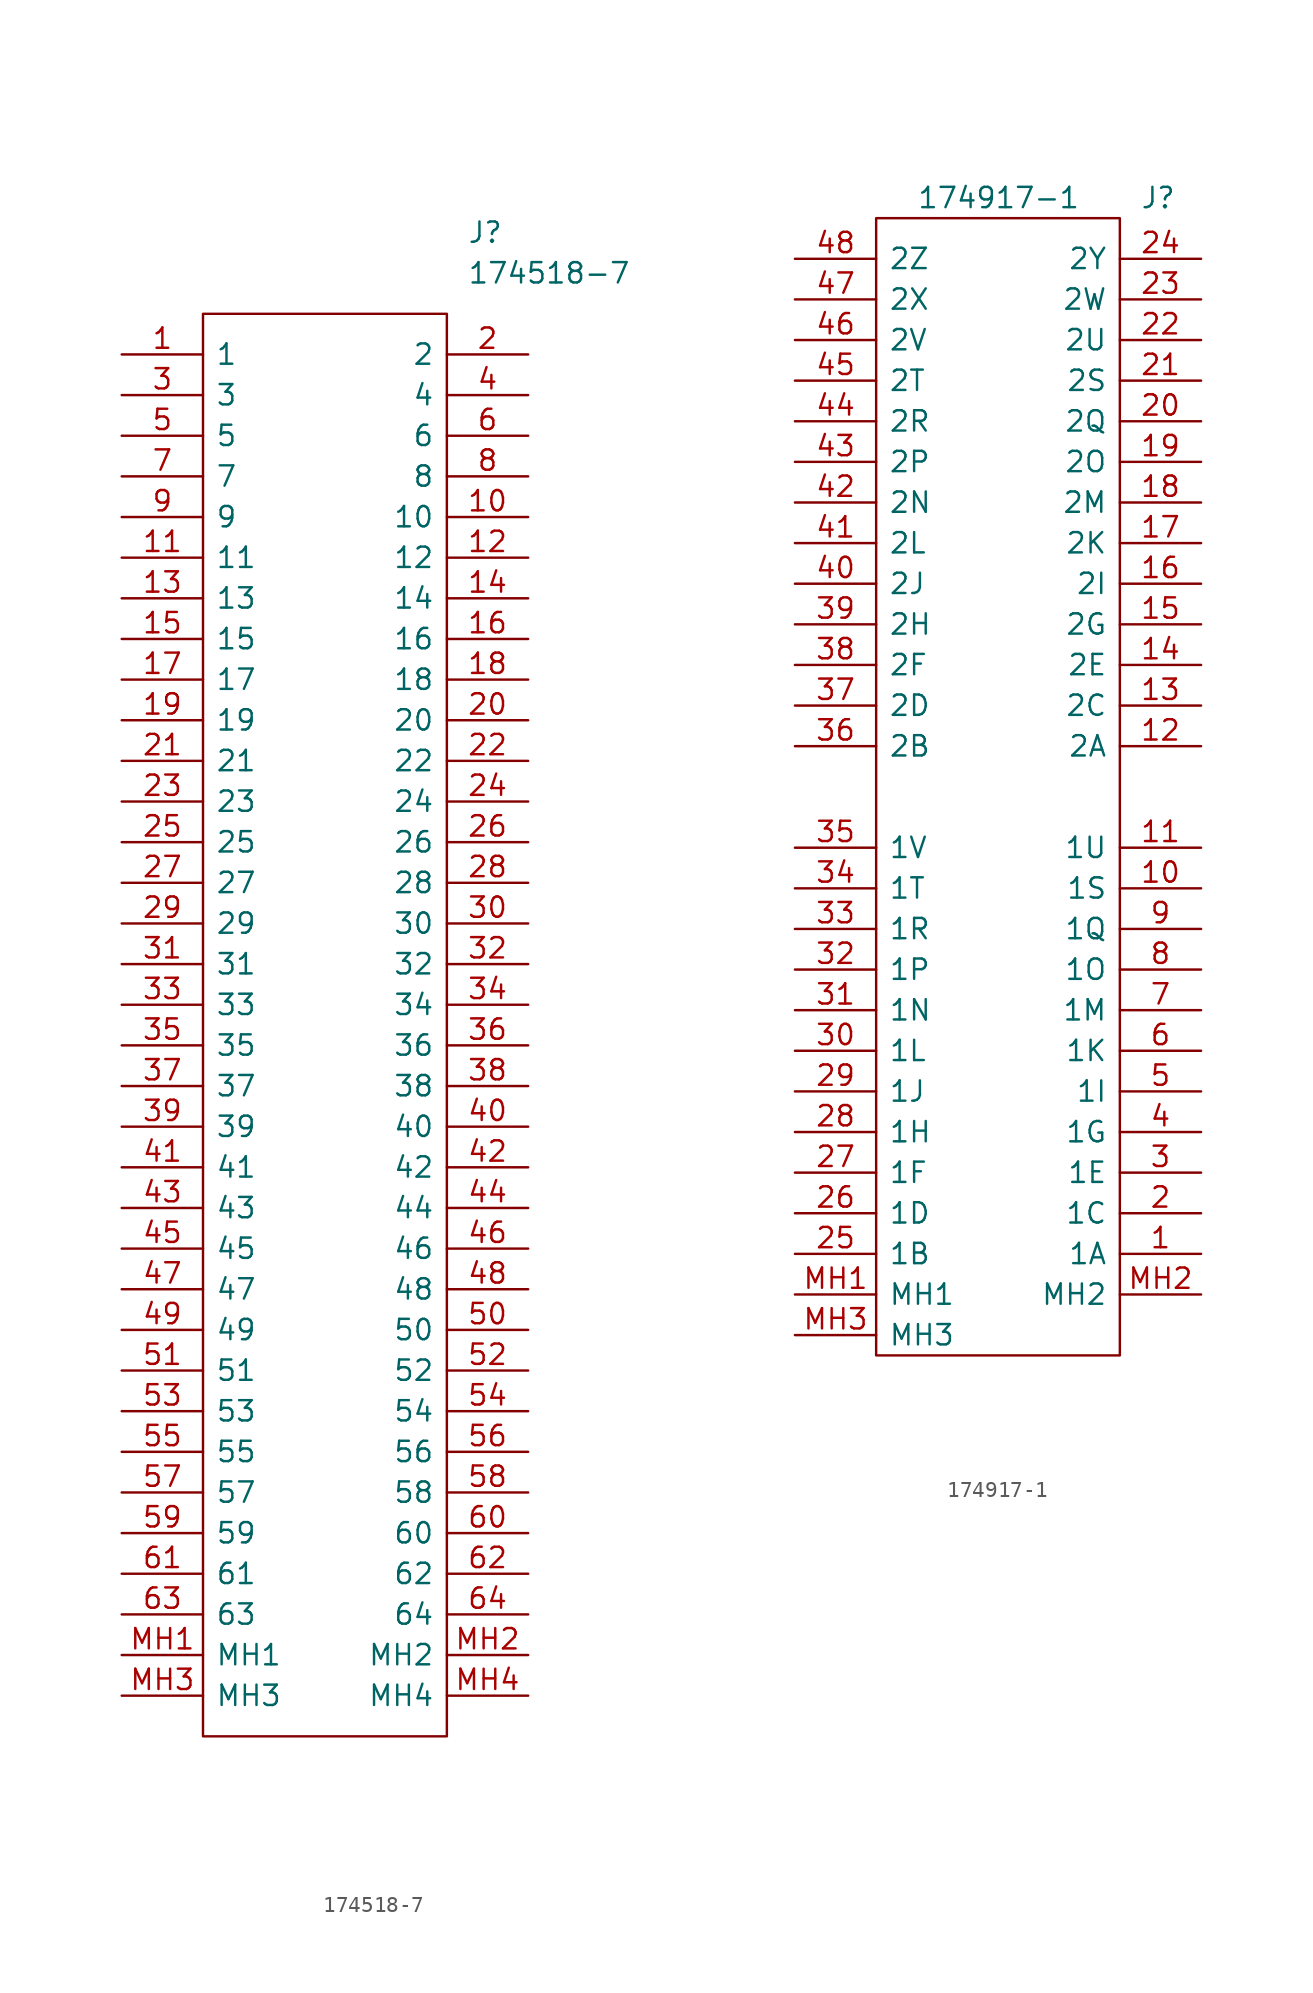
<source format=kicad_sym>
(kicad_symbol_lib
  (version 20241209)
  (generator "kicad_symbol_editor")
  (generator_version "9.0")
  (symbol "174518-7"
    (pin_names
      (offset 0.762))
    (property "Reference" "J"
      (at 21.59 7.62 0)
      (effects (font (size 1.27 1.27)) (justify left)))
    (property "Value" "174518-7"
      (at 21.59 5.08 0)
      (effects (font (size 1.27 1.27)) (justify left)))
    (symbol "174518-7_0_0"
      (pin bidirectional line (at 0 0 0) (length 5.08) (name "1" (effects (font (size 1.27 1.27)))) (number "1" (effects (font (size 1.27 1.27)))))
      (pin bidirectional line (at 0 -2.54 0) (length 5.08) (name "3" (effects (font (size 1.27 1.27)))) (number "3" (effects (font (size 1.27 1.27)))))
      (pin bidirectional line (at 0 -5.08 0) (length 5.08) (name "5" (effects (font (size 1.27 1.27)))) (number "5" (effects (font (size 1.27 1.27)))))
      (pin bidirectional line (at 0 -7.62 0) (length 5.08) (name "7" (effects (font (size 1.27 1.27)))) (number "7" (effects (font (size 1.27 1.27)))))
      (pin bidirectional line (at 0 -10.16 0) (length 5.08) (name "9" (effects (font (size 1.27 1.27)))) (number "9" (effects (font (size 1.27 1.27)))))
      (pin bidirectional line (at 0 -12.7 0) (length 5.08) (name "11" (effects (font (size 1.27 1.27)))) (number "11" (effects (font (size 1.27 1.27)))))
      (pin bidirectional line (at 0 -15.24 0) (length 5.08) (name "13" (effects (font (size 1.27 1.27)))) (number "13" (effects (font (size 1.27 1.27)))))
      (pin bidirectional line (at 0 -17.78 0) (length 5.08) (name "15" (effects (font (size 1.27 1.27)))) (number "15" (effects (font (size 1.27 1.27)))))
      (pin bidirectional line (at 0 -20.32 0) (length 5.08) (name "17" (effects (font (size 1.27 1.27)))) (number "17" (effects (font (size 1.27 1.27)))))
      (pin bidirectional line (at 0 -22.86 0) (length 5.08) (name "19" (effects (font (size 1.27 1.27)))) (number "19" (effects (font (size 1.27 1.27)))))
      (pin bidirectional line (at 0 -25.4 0) (length 5.08) (name "21" (effects (font (size 1.27 1.27)))) (number "21" (effects (font (size 1.27 1.27)))))
      (pin bidirectional line (at 0 -27.94 0) (length 5.08) (name "23" (effects (font (size 1.27 1.27)))) (number "23" (effects (font (size 1.27 1.27)))))
      (pin bidirectional line (at 0 -30.48 0) (length 5.08) (name "25" (effects (font (size 1.27 1.27)))) (number "25" (effects (font (size 1.27 1.27)))))
      (pin bidirectional line (at 0 -33.02 0) (length 5.08) (name "27" (effects (font (size 1.27 1.27)))) (number "27" (effects (font (size 1.27 1.27)))))
      (pin bidirectional line (at 0 -35.56 0) (length 5.08) (name "29" (effects (font (size 1.27 1.27)))) (number "29" (effects (font (size 1.27 1.27)))))
      (pin bidirectional line (at 0 -38.1 0) (length 5.08) (name "31" (effects (font (size 1.27 1.27)))) (number "31" (effects (font (size 1.27 1.27)))))
      (pin bidirectional line (at 0 -40.64 0) (length 5.08) (name "33" (effects (font (size 1.27 1.27)))) (number "33" (effects (font (size 1.27 1.27)))))
      (pin bidirectional line (at 0 -43.18 0) (length 5.08) (name "35" (effects (font (size 1.27 1.27)))) (number "35" (effects (font (size 1.27 1.27)))))
      (pin bidirectional line (at 0 -45.72 0) (length 5.08) (name "37" (effects (font (size 1.27 1.27)))) (number "37" (effects (font (size 1.27 1.27)))))
      (pin bidirectional line (at 0 -48.26 0) (length 5.08) (name "39" (effects (font (size 1.27 1.27)))) (number "39" (effects (font (size 1.27 1.27)))))
      (pin bidirectional line (at 0 -50.8 0) (length 5.08) (name "41" (effects (font (size 1.27 1.27)))) (number "41" (effects (font (size 1.27 1.27)))))
      (pin bidirectional line (at 0 -53.34 0) (length 5.08) (name "43" (effects (font (size 1.27 1.27)))) (number "43" (effects (font (size 1.27 1.27)))))
      (pin bidirectional line (at 0 -55.88 0) (length 5.08) (name "45" (effects (font (size 1.27 1.27)))) (number "45" (effects (font (size 1.27 1.27)))))
      (pin bidirectional line (at 0 -58.42 0) (length 5.08) (name "47" (effects (font (size 1.27 1.27)))) (number "47" (effects (font (size 1.27 1.27)))))
      (pin bidirectional line (at 0 -60.96 0) (length 5.08) (name "49" (effects (font (size 1.27 1.27)))) (number "49" (effects (font (size 1.27 1.27)))))
      (pin bidirectional line (at 0 -63.5 0) (length 5.08) (name "51" (effects (font (size 1.27 1.27)))) (number "51" (effects (font (size 1.27 1.27)))))
      (pin bidirectional line (at 0 -66.04 0) (length 5.08) (name "53" (effects (font (size 1.27 1.27)))) (number "53" (effects (font (size 1.27 1.27)))))
      (pin bidirectional line (at 0 -68.58 0) (length 5.08) (name "55" (effects (font (size 1.27 1.27)))) (number "55" (effects (font (size 1.27 1.27)))))
      (pin bidirectional line (at 0 -71.12 0) (length 5.08) (name "57" (effects (font (size 1.27 1.27)))) (number "57" (effects (font (size 1.27 1.27)))))
      (pin bidirectional line (at 0 -73.66 0) (length 5.08) (name "59" (effects (font (size 1.27 1.27)))) (number "59" (effects (font (size 1.27 1.27)))))
      (pin bidirectional line (at 0 -76.2 0) (length 5.08) (name "61" (effects (font (size 1.27 1.27)))) (number "61" (effects (font (size 1.27 1.27)))))
      (pin bidirectional line (at 0 -78.74 0) (length 5.08) (name "63" (effects (font (size 1.27 1.27)))) (number "63" (effects (font (size 1.27 1.27)))))
      (pin bidirectional line (at 0 -81.28 0) (length 5.08) (name "MH1" (effects (font (size 1.27 1.27)))) (number "MH1" (effects (font (size 1.27 1.27)))))
      (pin bidirectional line (at 0 -83.82 0) (length 5.08) (name "MH3" (effects (font (size 1.27 1.27)))) (number "MH3" (effects (font (size 1.27 1.27)))))
      (pin bidirectional line (at 25.4 0 180) (length 5.08) (name "2" (effects (font (size 1.27 1.27)))) (number "2" (effects (font (size 1.27 1.27)))))
      (pin bidirectional line (at 25.4 -2.54 180) (length 5.08) (name "4" (effects (font (size 1.27 1.27)))) (number "4" (effects (font (size 1.27 1.27)))))
      (pin bidirectional line (at 25.4 -5.08 180) (length 5.08) (name "6" (effects (font (size 1.27 1.27)))) (number "6" (effects (font (size 1.27 1.27)))))
      (pin bidirectional line (at 25.4 -7.62 180) (length 5.08) (name "8" (effects (font (size 1.27 1.27)))) (number "8" (effects (font (size 1.27 1.27)))))
      (pin bidirectional line (at 25.4 -10.16 180) (length 5.08) (name "10" (effects (font (size 1.27 1.27)))) (number "10" (effects (font (size 1.27 1.27)))))
      (pin bidirectional line (at 25.4 -12.7 180) (length 5.08) (name "12" (effects (font (size 1.27 1.27)))) (number "12" (effects (font (size 1.27 1.27)))))
      (pin bidirectional line (at 25.4 -15.24 180) (length 5.08) (name "14" (effects (font (size 1.27 1.27)))) (number "14" (effects (font (size 1.27 1.27)))))
      (pin bidirectional line (at 25.4 -17.78 180) (length 5.08) (name "16" (effects (font (size 1.27 1.27)))) (number "16" (effects (font (size 1.27 1.27)))))
      (pin bidirectional line (at 25.4 -20.32 180) (length 5.08) (name "18" (effects (font (size 1.27 1.27)))) (number "18" (effects (font (size 1.27 1.27)))))
      (pin bidirectional line (at 25.4 -22.86 180) (length 5.08) (name "20" (effects (font (size 1.27 1.27)))) (number "20" (effects (font (size 1.27 1.27)))))
      (pin bidirectional line (at 25.4 -25.4 180) (length 5.08) (name "22" (effects (font (size 1.27 1.27)))) (number "22" (effects (font (size 1.27 1.27)))))
      (pin bidirectional line (at 25.4 -27.94 180) (length 5.08) (name "24" (effects (font (size 1.27 1.27)))) (number "24" (effects (font (size 1.27 1.27)))))
      (pin bidirectional line (at 25.4 -30.48 180) (length 5.08) (name "26" (effects (font (size 1.27 1.27)))) (number "26" (effects (font (size 1.27 1.27)))))
      (pin bidirectional line (at 25.4 -33.02 180) (length 5.08) (name "28" (effects (font (size 1.27 1.27)))) (number "28" (effects (font (size 1.27 1.27)))))
      (pin bidirectional line (at 25.4 -35.56 180) (length 5.08) (name "30" (effects (font (size 1.27 1.27)))) (number "30" (effects (font (size 1.27 1.27)))))
      (pin bidirectional line (at 25.4 -38.1 180) (length 5.08) (name "32" (effects (font (size 1.27 1.27)))) (number "32" (effects (font (size 1.27 1.27)))))
      (pin bidirectional line (at 25.4 -40.64 180) (length 5.08) (name "34" (effects (font (size 1.27 1.27)))) (number "34" (effects (font (size 1.27 1.27)))))
      (pin bidirectional line (at 25.4 -43.18 180) (length 5.08) (name "36" (effects (font (size 1.27 1.27)))) (number "36" (effects (font (size 1.27 1.27)))))
      (pin bidirectional line (at 25.4 -45.72 180) (length 5.08) (name "38" (effects (font (size 1.27 1.27)))) (number "38" (effects (font (size 1.27 1.27)))))
      (pin bidirectional line (at 25.4 -48.26 180) (length 5.08) (name "40" (effects (font (size 1.27 1.27)))) (number "40" (effects (font (size 1.27 1.27)))))
      (pin bidirectional line (at 25.4 -50.8 180) (length 5.08) (name "42" (effects (font (size 1.27 1.27)))) (number "42" (effects (font (size 1.27 1.27)))))
      (pin bidirectional line (at 25.4 -53.34 180) (length 5.08) (name "44" (effects (font (size 1.27 1.27)))) (number "44" (effects (font (size 1.27 1.27)))))
      (pin bidirectional line (at 25.4 -55.88 180) (length 5.08) (name "46" (effects (font (size 1.27 1.27)))) (number "46" (effects (font (size 1.27 1.27)))))
      (pin bidirectional line (at 25.4 -58.42 180) (length 5.08) (name "48" (effects (font (size 1.27 1.27)))) (number "48" (effects (font (size 1.27 1.27)))))
      (pin bidirectional line (at 25.4 -60.96 180) (length 5.08) (name "50" (effects (font (size 1.27 1.27)))) (number "50" (effects (font (size 1.27 1.27)))))
      (pin bidirectional line (at 25.4 -63.5 180) (length 5.08) (name "52" (effects (font (size 1.27 1.27)))) (number "52" (effects (font (size 1.27 1.27)))))
      (pin bidirectional line (at 25.4 -66.04 180) (length 5.08) (name "54" (effects (font (size 1.27 1.27)))) (number "54" (effects (font (size 1.27 1.27)))))
      (pin bidirectional line (at 25.4 -68.58 180) (length 5.08) (name "56" (effects (font (size 1.27 1.27)))) (number "56" (effects (font (size 1.27 1.27)))))
      (pin bidirectional line (at 25.4 -71.12 180) (length 5.08) (name "58" (effects (font (size 1.27 1.27)))) (number "58" (effects (font (size 1.27 1.27)))))
      (pin bidirectional line (at 25.4 -73.66 180) (length 5.08) (name "60" (effects (font (size 1.27 1.27)))) (number "60" (effects (font (size 1.27 1.27)))))
      (pin bidirectional line (at 25.4 -76.2 180) (length 5.08) (name "62" (effects (font (size 1.27 1.27)))) (number "62" (effects (font (size 1.27 1.27)))))
      (pin bidirectional line (at 25.4 -78.74 180) (length 5.08) (name "64" (effects (font (size 1.27 1.27)))) (number "64" (effects (font (size 1.27 1.27)))))
      (pin bidirectional line (at 25.4 -81.28 180) (length 5.08) (name "MH2" (effects (font (size 1.27 1.27)))) (number "MH2" (effects (font (size 1.27 1.27)))))
      (pin bidirectional line (at 25.4 -83.82 180) (length 5.08) (name "MH4" (effects (font (size 1.27 1.27)))) (number "MH4" (effects (font (size 1.27 1.27))))))
    (symbol "174518-7_0_1"
      (polyline (pts (xy 5.08 2.54) (xy 20.32 2.54) (xy 20.32 -86.36) (xy 5.08 -86.36) (xy 5.08 2.54)) (stroke (width 0.152) (type solid)) (fill (type none)))))
  (symbol "174917-1"
    (pin_names
      (offset 0.762))
    (property "Reference" "J"
      (at 40.64 -6.35 0)
      (effects (font (size 1.27 1.27)) (justify left)))
    (property "Value" "174917-1"
      (at 26.67 -6.35 0)
      (effects (font (size 1.27 1.27)) (justify left)))
    (symbol "174917-1_0_0"
      (pin bidirectional line (at 19.05 -10.16 0) (length 5.08) (name "2Z" (effects (font (size 1.27 1.27)))) (number "48" (effects (font (size 1.27 1.27)))))
      (pin bidirectional line (at 19.05 -12.7 0) (length 5.08) (name "2X" (effects (font (size 1.27 1.27)))) (number "47" (effects (font (size 1.27 1.27)))))
      (pin bidirectional line (at 19.05 -15.24 0) (length 5.08) (name "2V" (effects (font (size 1.27 1.27)))) (number "46" (effects (font (size 1.27 1.27)))))
      (pin bidirectional line (at 19.05 -17.78 0) (length 5.08) (name "2T" (effects (font (size 1.27 1.27)))) (number "45" (effects (font (size 1.27 1.27)))))
      (pin bidirectional line (at 19.05 -20.32 0) (length 5.08) (name "2R" (effects (font (size 1.27 1.27)))) (number "44" (effects (font (size 1.27 1.27)))))
      (pin bidirectional line (at 19.05 -22.86 0) (length 5.08) (name "2P" (effects (font (size 1.27 1.27)))) (number "43" (effects (font (size 1.27 1.27)))))
      (pin bidirectional line (at 19.05 -25.4 0) (length 5.08) (name "2N" (effects (font (size 1.27 1.27)))) (number "42" (effects (font (size 1.27 1.27)))))
      (pin bidirectional line (at 19.05 -27.94 0) (length 5.08) (name "2L" (effects (font (size 1.27 1.27)))) (number "41" (effects (font (size 1.27 1.27)))))
      (pin bidirectional line (at 19.05 -30.48 0) (length 5.08) (name "2J" (effects (font (size 1.27 1.27)))) (number "40" (effects (font (size 1.27 1.27)))))
      (pin bidirectional line (at 19.05 -33.02 0) (length 5.08) (name "2H" (effects (font (size 1.27 1.27)))) (number "39" (effects (font (size 1.27 1.27)))))
      (pin bidirectional line (at 19.05 -35.56 0) (length 5.08) (name "2F" (effects (font (size 1.27 1.27)))) (number "38" (effects (font (size 1.27 1.27)))))
      (pin bidirectional line (at 19.05 -38.1 0) (length 5.08) (name "2D" (effects (font (size 1.27 1.27)))) (number "37" (effects (font (size 1.27 1.27)))))
      (pin bidirectional line (at 19.05 -40.64 0) (length 5.08) (name "2B" (effects (font (size 1.27 1.27)))) (number "36" (effects (font (size 1.27 1.27)))))
      (pin bidirectional line (at 19.05 -46.99 0) (length 5.08) (name "1V" (effects (font (size 1.27 1.27)))) (number "35" (effects (font (size 1.27 1.27)))))
      (pin bidirectional line (at 19.05 -49.53 0) (length 5.08) (name "1T" (effects (font (size 1.27 1.27)))) (number "34" (effects (font (size 1.27 1.27)))))
      (pin bidirectional line (at 19.05 -52.07 0) (length 5.08) (name "1R" (effects (font (size 1.27 1.27)))) (number "33" (effects (font (size 1.27 1.27)))))
      (pin bidirectional line (at 19.05 -54.61 0) (length 5.08) (name "1P" (effects (font (size 1.27 1.27)))) (number "32" (effects (font (size 1.27 1.27)))))
      (pin bidirectional line (at 19.05 -57.15 0) (length 5.08) (name "1N" (effects (font (size 1.27 1.27)))) (number "31" (effects (font (size 1.27 1.27)))))
      (pin bidirectional line (at 19.05 -59.69 0) (length 5.08) (name "1L" (effects (font (size 1.27 1.27)))) (number "30" (effects (font (size 1.27 1.27)))))
      (pin bidirectional line (at 19.05 -62.23 0) (length 5.08) (name "1J" (effects (font (size 1.27 1.27)))) (number "29" (effects (font (size 1.27 1.27)))))
      (pin bidirectional line (at 19.05 -64.77 0) (length 5.08) (name "1H" (effects (font (size 1.27 1.27)))) (number "28" (effects (font (size 1.27 1.27)))))
      (pin bidirectional line (at 19.05 -67.31 0) (length 5.08) (name "1F" (effects (font (size 1.27 1.27)))) (number "27" (effects (font (size 1.27 1.27)))))
      (pin bidirectional line (at 19.05 -69.85 0) (length 5.08) (name "1D" (effects (font (size 1.27 1.27)))) (number "26" (effects (font (size 1.27 1.27)))))
      (pin bidirectional line (at 19.05 -72.39 0) (length 5.08) (name "1B" (effects (font (size 1.27 1.27)))) (number "25" (effects (font (size 1.27 1.27)))))
      (pin bidirectional line (at 19.05 -74.93 0) (length 5.08) (name "MH1" (effects (font (size 1.27 1.27)))) (number "MH1" (effects (font (size 1.27 1.27)))))
      (pin bidirectional line (at 19.05 -77.47 0) (length 5.08) (name "MH3" (effects (font (size 1.27 1.27)))) (number "MH3" (effects (font (size 1.27 1.27)))))
      (pin bidirectional line (at 44.45 -10.16 180) (length 5.08) (name "2Y" (effects (font (size 1.27 1.27)))) (number "24" (effects (font (size 1.27 1.27)))))
      (pin bidirectional line (at 44.45 -12.7 180) (length 5.08) (name "2W" (effects (font (size 1.27 1.27)))) (number "23" (effects (font (size 1.27 1.27)))))
      (pin bidirectional line (at 44.45 -15.24 180) (length 5.08) (name "2U" (effects (font (size 1.27 1.27)))) (number "22" (effects (font (size 1.27 1.27)))))
      (pin bidirectional line (at 44.45 -17.78 180) (length 5.08) (name "2S" (effects (font (size 1.27 1.27)))) (number "21" (effects (font (size 1.27 1.27)))))
      (pin bidirectional line (at 44.45 -20.32 180) (length 5.08) (name "2Q" (effects (font (size 1.27 1.27)))) (number "20" (effects (font (size 1.27 1.27)))))
      (pin bidirectional line (at 44.45 -22.86 180) (length 5.08) (name "2O" (effects (font (size 1.27 1.27)))) (number "19" (effects (font (size 1.27 1.27)))))
      (pin bidirectional line (at 44.45 -25.4 180) (length 5.08) (name "2M" (effects (font (size 1.27 1.27)))) (number "18" (effects (font (size 1.27 1.27)))))
      (pin bidirectional line (at 44.45 -27.94 180) (length 5.08) (name "2K" (effects (font (size 1.27 1.27)))) (number "17" (effects (font (size 1.27 1.27)))))
      (pin bidirectional line (at 44.45 -30.48 180) (length 5.08) (name "2I" (effects (font (size 1.27 1.27)))) (number "16" (effects (font (size 1.27 1.27)))))
      (pin bidirectional line (at 44.45 -33.02 180) (length 5.08) (name "2G" (effects (font (size 1.27 1.27)))) (number "15" (effects (font (size 1.27 1.27)))))
      (pin bidirectional line (at 44.45 -35.56 180) (length 5.08) (name "2E" (effects (font (size 1.27 1.27)))) (number "14" (effects (font (size 1.27 1.27)))))
      (pin bidirectional line (at 44.45 -38.1 180) (length 5.08) (name "2C" (effects (font (size 1.27 1.27)))) (number "13" (effects (font (size 1.27 1.27)))))
      (pin bidirectional line (at 44.45 -40.64 180) (length 5.08) (name "2A" (effects (font (size 1.27 1.27)))) (number "12" (effects (font (size 1.27 1.27)))))
      (pin bidirectional line (at 44.45 -46.99 180) (length 5.08) (name "1U" (effects (font (size 1.27 1.27)))) (number "11" (effects (font (size 1.27 1.27)))))
      (pin bidirectional line (at 44.45 -49.53 180) (length 5.08) (name "1S" (effects (font (size 1.27 1.27)))) (number "10" (effects (font (size 1.27 1.27)))))
      (pin bidirectional line (at 44.45 -52.07 180) (length 5.08) (name "1Q" (effects (font (size 1.27 1.27)))) (number "9" (effects (font (size 1.27 1.27)))))
      (pin bidirectional line (at 44.45 -54.61 180) (length 5.08) (name "1O" (effects (font (size 1.27 1.27)))) (number "8" (effects (font (size 1.27 1.27)))))
      (pin bidirectional line (at 44.45 -57.15 180) (length 5.08) (name "1M" (effects (font (size 1.27 1.27)))) (number "7" (effects (font (size 1.27 1.27)))))
      (pin bidirectional line (at 44.45 -59.69 180) (length 5.08) (name "1K" (effects (font (size 1.27 1.27)))) (number "6" (effects (font (size 1.27 1.27)))))
      (pin bidirectional line (at 44.45 -62.23 180) (length 5.08) (name "1I" (effects (font (size 1.27 1.27)))) (number "5" (effects (font (size 1.27 1.27)))))
      (pin bidirectional line (at 44.45 -64.77 180) (length 5.08) (name "1G" (effects (font (size 1.27 1.27)))) (number "4" (effects (font (size 1.27 1.27)))))
      (pin bidirectional line (at 44.45 -67.31 180) (length 5.08) (name "1E" (effects (font (size 1.27 1.27)))) (number "3" (effects (font (size 1.27 1.27)))))
      (pin bidirectional line (at 44.45 -69.85 180) (length 5.08) (name "1C" (effects (font (size 1.27 1.27)))) (number "2" (effects (font (size 1.27 1.27)))))
      (pin bidirectional line (at 44.45 -72.39 180) (length 5.08) (name "1A" (effects (font (size 1.27 1.27)))) (number "1" (effects (font (size 1.27 1.27)))))
      (pin bidirectional line (at 44.45 -74.93 180) (length 5.08) (name "MH2" (effects (font (size 1.27 1.27)))) (number "MH2" (effects (font (size 1.27 1.27))))))
    (symbol "174917-1_0_1"
      (polyline (pts (xy 24.13 -7.62) (xy 39.37 -7.62) (xy 39.37 -78.74) (xy 24.13 -78.74) (xy 24.13 -7.62)) (stroke (width 0.152) (type solid)) (fill (type none))))))
</source>
